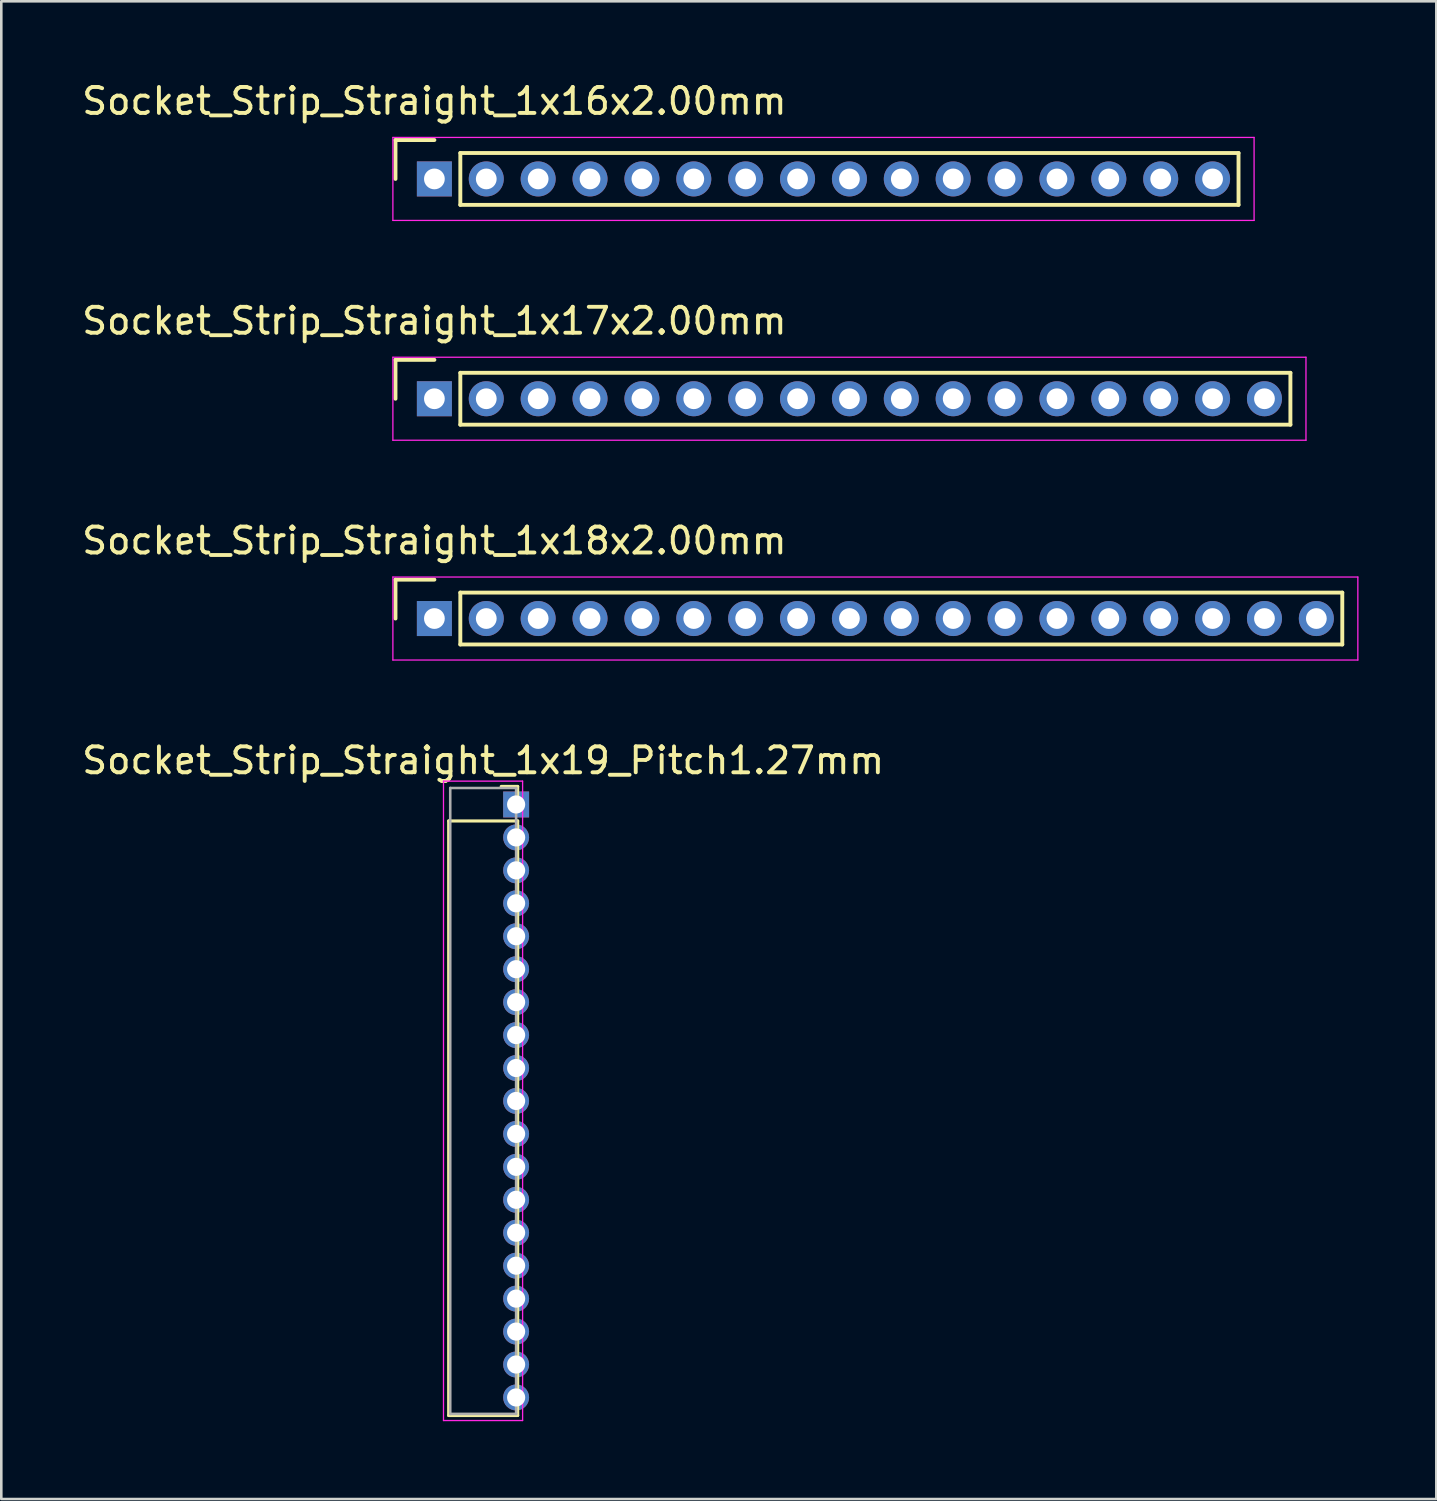
<source format=kicad_pcb>
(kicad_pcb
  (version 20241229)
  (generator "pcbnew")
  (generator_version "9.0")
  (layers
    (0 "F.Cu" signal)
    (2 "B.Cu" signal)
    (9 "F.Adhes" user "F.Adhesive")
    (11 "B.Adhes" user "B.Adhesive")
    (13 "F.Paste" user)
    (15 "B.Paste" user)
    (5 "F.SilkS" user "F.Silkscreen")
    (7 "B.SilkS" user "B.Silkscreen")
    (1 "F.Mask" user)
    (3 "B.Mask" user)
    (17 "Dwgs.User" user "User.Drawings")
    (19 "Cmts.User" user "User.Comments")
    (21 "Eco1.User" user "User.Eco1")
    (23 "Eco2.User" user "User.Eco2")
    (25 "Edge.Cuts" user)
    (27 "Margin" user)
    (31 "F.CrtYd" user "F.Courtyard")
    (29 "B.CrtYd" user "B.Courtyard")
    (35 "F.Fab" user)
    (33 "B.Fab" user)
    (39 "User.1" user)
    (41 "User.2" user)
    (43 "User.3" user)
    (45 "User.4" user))
  (footprint "Socket_Strip_Straight_1x18x2.00mm"
    (layer "F.Cu")
    (at 13.696 20.795)
    (property "Reference" "Socket_Strip_Straight_1x18x2.00mm" (at 0 -3 0) (layer "F.SilkS") (effects (font (size 1 1) (thickness 0.15))))
    (attr through_hole)
    (fp_line (start -1.5 -1.5) (end -1.5 0) (stroke (width 0.15) (type solid)) (layer "F.SilkS"))
    (fp_line (start 0 -1.5) (end -1.5 -1.5) (stroke (width 0.15) (type solid)) (layer "F.SilkS"))
    (fp_line (start 1 -1) (end 1 1) (stroke (width 0.15) (type solid)) (layer "F.SilkS"))
    (fp_line (start 1 1) (end 35 1) (stroke (width 0.15) (type solid)) (layer "F.SilkS"))
    (fp_line (start 35 -1) (end 1 -1) (stroke (width 0.15) (type solid)) (layer "F.SilkS"))
    (fp_line (start 35 1) (end 35 -1) (stroke (width 0.15) (type solid)) (layer "F.SilkS"))
    (fp_line (start -1.6 -1.6) (end -1.6 1.6) (stroke (width 0.05) (type solid)) (layer "F.CrtYd"))
    (fp_line (start -1.6 1.6) (end 35.6 1.6) (stroke (width 0.05) (type solid)) (layer "F.CrtYd"))
    (fp_line (start 35.6 -1.6) (end -1.6 -1.6) (stroke (width 0.05) (type solid)) (layer "F.CrtYd"))
    (fp_line (start 35.6 1.6) (end 35.6 -1.6) (stroke (width 0.05) (type solid)) (layer "F.CrtYd"))
    (pad "1" thru_hole rect (at 0 0) (size 1.35 1.35) (drill 0.8) (layers "*.Cu" "*.Mask"))
    (pad "2" thru_hole circle (at 2 0) (size 1.35 1.35) (drill 0.8) (layers "*.Cu" "*.Mask"))
    (pad "3" thru_hole circle (at 4 0) (size 1.35 1.35) (drill 0.8) (layers "*.Cu" "*.Mask"))
    (pad "4" thru_hole circle (at 6 0) (size 1.35 1.35) (drill 0.8) (layers "*.Cu" "*.Mask"))
    (pad "5" thru_hole circle (at 8 0) (size 1.35 1.35) (drill 0.8) (layers "*.Cu" "*.Mask"))
    (pad "6" thru_hole circle (at 10 0) (size 1.35 1.35) (drill 0.8) (layers "*.Cu" "*.Mask"))
    (pad "7" thru_hole circle (at 12 0) (size 1.35 1.35) (drill 0.8) (layers "*.Cu" "*.Mask"))
    (pad "8" thru_hole circle (at 14 0) (size 1.35 1.35) (drill 0.8) (layers "*.Cu" "*.Mask"))
    (pad "9" thru_hole circle (at 16 0) (size 1.35 1.35) (drill 0.8) (layers "*.Cu" "*.Mask"))
    (pad "10" thru_hole circle (at 18 0) (size 1.35 1.35) (drill 0.8) (layers "*.Cu" "*.Mask"))
    (pad "11" thru_hole circle (at 20 0) (size 1.35 1.35) (drill 0.8) (layers "*.Cu" "*.Mask"))
    (pad "12" thru_hole circle (at 22 0) (size 1.35 1.35) (drill 0.8) (layers "*.Cu" "*.Mask"))
    (pad "13" thru_hole circle (at 24 0) (size 1.35 1.35) (drill 0.8) (layers "*.Cu" "*.Mask"))
    (pad "14" thru_hole circle (at 26 0) (size 1.35 1.35) (drill 0.8) (layers "*.Cu" "*.Mask"))
    (pad "15" thru_hole circle (at 28 0) (size 1.35 1.35) (drill 0.8) (layers "*.Cu" "*.Mask"))
    (pad "16" thru_hole circle (at 30 0) (size 1.35 1.35) (drill 0.8) (layers "*.Cu" "*.Mask"))
    (pad "17" thru_hole circle (at 32 0) (size 1.35 1.35) (drill 0.8) (layers "*.Cu" "*.Mask"))
    (pad "18" thru_hole circle (at 34 0) (size 1.35 1.35) (drill 0.8) (layers "*.Cu" "*.Mask")))
  (footprint "Socket_Strip_Straight_1x19_Pitch1.27mm"
    (layer "F.Cu")
    (at 16.847 27.963)
    (property "Reference" "Socket_Strip_Straight_1x19_Pitch1.27mm" (at -1.27 -1.695 0) (layer "F.SilkS") (effects (font (size 1 1) (thickness 0.15))))
    (attr through_hole)
    (fp_line (start -2.6 0.635) (end -2.6 23.555) (stroke (width 0.12) (type solid)) (layer "F.SilkS"))
    (fp_line (start -2.6 23.555) (end 0.06 23.555) (stroke (width 0.12) (type solid)) (layer "F.SilkS"))
    (fp_line (start 0.06 -0.695) (end -0.575 -0.695) (stroke (width 0.12) (type solid)) (layer "F.SilkS"))
    (fp_line (start 0.06 0) (end 0.06 -0.695) (stroke (width 0.12) (type solid)) (layer "F.SilkS"))
    (fp_line (start 0.06 0.635) (end -2.6 0.635) (stroke (width 0.12) (type solid)) (layer "F.SilkS"))
    (fp_line (start 0.06 23.555) (end 0.06 0.635) (stroke (width 0.12) (type solid)) (layer "F.SilkS"))
    (fp_line (start -2.8 -0.9) (end -2.8 23.75) (stroke (width 0.05) (type solid)) (layer "F.CrtYd"))
    (fp_line (start -2.8 23.75) (end 0.25 23.75) (stroke (width 0.05) (type solid)) (layer "F.CrtYd"))
    (fp_line (start 0.25 -0.9) (end -2.8 -0.9) (stroke (width 0.05) (type solid)) (layer "F.CrtYd"))
    (fp_line (start 0.25 23.75) (end 0.25 -0.9) (stroke (width 0.05) (type solid)) (layer "F.CrtYd"))
    (fp_line (start -2.54 -0.635) (end -2.54 23.495) (stroke (width 0.1) (type solid)) (layer "F.Fab"))
    (fp_line (start -2.54 23.495) (end 0 23.495) (stroke (width 0.1) (type solid)) (layer "F.Fab"))
    (fp_line (start 0 -0.635) (end -2.54 -0.635) (stroke (width 0.1) (type solid)) (layer "F.Fab"))
    (fp_line (start 0 23.495) (end 0 -0.635) (stroke (width 0.1) (type solid)) (layer "F.Fab"))
    (pad "1" thru_hole rect (at 0 0) (size 1 1) (drill 0.7) (layers "*.Cu" "*.Mask"))
    (pad "2" thru_hole oval (at 0 1.27) (size 1 1) (drill 0.7) (layers "*.Cu" "*.Mask"))
    (pad "3" thru_hole oval (at 0 2.54) (size 1 1) (drill 0.7) (layers "*.Cu" "*.Mask"))
    (pad "4" thru_hole oval (at 0 3.81) (size 1 1) (drill 0.7) (layers "*.Cu" "*.Mask"))
    (pad "5" thru_hole oval (at 0 5.08) (size 1 1) (drill 0.7) (layers "*.Cu" "*.Mask"))
    (pad "6" thru_hole oval (at 0 6.35) (size 1 1) (drill 0.7) (layers "*.Cu" "*.Mask"))
    (pad "7" thru_hole oval (at 0 7.62) (size 1 1) (drill 0.7) (layers "*.Cu" "*.Mask"))
    (pad "8" thru_hole oval (at 0 8.89) (size 1 1) (drill 0.7) (layers "*.Cu" "*.Mask"))
    (pad "9" thru_hole oval (at 0 10.16) (size 1 1) (drill 0.7) (layers "*.Cu" "*.Mask"))
    (pad "10" thru_hole oval (at 0 11.43) (size 1 1) (drill 0.7) (layers "*.Cu" "*.Mask"))
    (pad "11" thru_hole oval (at 0 12.7) (size 1 1) (drill 0.7) (layers "*.Cu" "*.Mask"))
    (pad "12" thru_hole oval (at 0 13.97) (size 1 1) (drill 0.7) (layers "*.Cu" "*.Mask"))
    (pad "13" thru_hole oval (at 0 15.24) (size 1 1) (drill 0.7) (layers "*.Cu" "*.Mask"))
    (pad "14" thru_hole oval (at 0 16.51) (size 1 1) (drill 0.7) (layers "*.Cu" "*.Mask"))
    (pad "15" thru_hole oval (at 0 17.78) (size 1 1) (drill 0.7) (layers "*.Cu" "*.Mask"))
    (pad "16" thru_hole oval (at 0 19.05) (size 1 1) (drill 0.7) (layers "*.Cu" "*.Mask"))
    (pad "17" thru_hole oval (at 0 20.32) (size 1 1) (drill 0.7) (layers "*.Cu" "*.Mask"))
    (pad "18" thru_hole oval (at 0 21.59) (size 1 1) (drill 0.7) (layers "*.Cu" "*.Mask"))
    (pad "19" thru_hole oval (at 0 22.86) (size 1 1) (drill 0.7) (layers "*.Cu" "*.Mask")))
  (footprint "Socket_Strip_Straight_1x16x2.00mm"
    (layer "F.Cu")
    (at 13.696 3.848)
    (property "Reference" "Socket_Strip_Straight_1x16x2.00mm" (at 0 -3 0) (layer "F.SilkS") (effects (font (size 1 1) (thickness 0.15))))
    (attr through_hole)
    (fp_line (start -1.5 -1.5) (end -1.5 0) (stroke (width 0.15) (type solid)) (layer "F.SilkS"))
    (fp_line (start 0 -1.5) (end -1.5 -1.5) (stroke (width 0.15) (type solid)) (layer "F.SilkS"))
    (fp_line (start 1 -1) (end 1 1) (stroke (width 0.15) (type solid)) (layer "F.SilkS"))
    (fp_line (start 1 1) (end 31 1) (stroke (width 0.15) (type solid)) (layer "F.SilkS"))
    (fp_line (start 31 -1) (end 1 -1) (stroke (width 0.15) (type solid)) (layer "F.SilkS"))
    (fp_line (start 31 1) (end 31 -1) (stroke (width 0.15) (type solid)) (layer "F.SilkS"))
    (fp_line (start -1.6 -1.6) (end -1.6 1.6) (stroke (width 0.05) (type solid)) (layer "F.CrtYd"))
    (fp_line (start -1.6 1.6) (end 31.6 1.6) (stroke (width 0.05) (type solid)) (layer "F.CrtYd"))
    (fp_line (start 31.6 -1.6) (end -1.6 -1.6) (stroke (width 0.05) (type solid)) (layer "F.CrtYd"))
    (fp_line (start 31.6 1.6) (end 31.6 -1.6) (stroke (width 0.05) (type solid)) (layer "F.CrtYd"))
    (pad "1" thru_hole rect (at 0 0) (size 1.35 1.35) (drill 0.8) (layers "*.Cu" "*.Mask"))
    (pad "2" thru_hole circle (at 2 0) (size 1.35 1.35) (drill 0.8) (layers "*.Cu" "*.Mask"))
    (pad "3" thru_hole circle (at 4 0) (size 1.35 1.35) (drill 0.8) (layers "*.Cu" "*.Mask"))
    (pad "4" thru_hole circle (at 6 0) (size 1.35 1.35) (drill 0.8) (layers "*.Cu" "*.Mask"))
    (pad "5" thru_hole circle (at 8 0) (size 1.35 1.35) (drill 0.8) (layers "*.Cu" "*.Mask"))
    (pad "6" thru_hole circle (at 10 0) (size 1.35 1.35) (drill 0.8) (layers "*.Cu" "*.Mask"))
    (pad "7" thru_hole circle (at 12 0) (size 1.35 1.35) (drill 0.8) (layers "*.Cu" "*.Mask"))
    (pad "8" thru_hole circle (at 14 0) (size 1.35 1.35) (drill 0.8) (layers "*.Cu" "*.Mask"))
    (pad "9" thru_hole circle (at 16 0) (size 1.35 1.35) (drill 0.8) (layers "*.Cu" "*.Mask"))
    (pad "10" thru_hole circle (at 18 0) (size 1.35 1.35) (drill 0.8) (layers "*.Cu" "*.Mask"))
    (pad "11" thru_hole circle (at 20 0) (size 1.35 1.35) (drill 0.8) (layers "*.Cu" "*.Mask"))
    (pad "12" thru_hole circle (at 22 0) (size 1.35 1.35) (drill 0.8) (layers "*.Cu" "*.Mask"))
    (pad "13" thru_hole circle (at 24 0) (size 1.35 1.35) (drill 0.8) (layers "*.Cu" "*.Mask"))
    (pad "14" thru_hole circle (at 26 0) (size 1.35 1.35) (drill 0.8) (layers "*.Cu" "*.Mask"))
    (pad "15" thru_hole circle (at 28 0) (size 1.35 1.35) (drill 0.8) (layers "*.Cu" "*.Mask"))
    (pad "16" thru_hole circle (at 30 0) (size 1.35 1.35) (drill 0.8) (layers "*.Cu" "*.Mask")))
  (footprint "Socket_Strip_Straight_1x17x2.00mm"
    (layer "F.Cu")
    (at 13.696 12.322)
    (property "Reference" "Socket_Strip_Straight_1x17x2.00mm" (at 0 -3 0) (layer "F.SilkS") (effects (font (size 1 1) (thickness 0.15))))
    (attr through_hole)
    (fp_line (start -1.5 -1.5) (end -1.5 0) (stroke (width 0.15) (type solid)) (layer "F.SilkS"))
    (fp_line (start 0 -1.5) (end -1.5 -1.5) (stroke (width 0.15) (type solid)) (layer "F.SilkS"))
    (fp_line (start 1 -1) (end 1 1) (stroke (width 0.15) (type solid)) (layer "F.SilkS"))
    (fp_line (start 1 1) (end 33 1) (stroke (width 0.15) (type solid)) (layer "F.SilkS"))
    (fp_line (start 33 -1) (end 1 -1) (stroke (width 0.15) (type solid)) (layer "F.SilkS"))
    (fp_line (start 33 1) (end 33 -1) (stroke (width 0.15) (type solid)) (layer "F.SilkS"))
    (fp_line (start -1.6 -1.6) (end -1.6 1.6) (stroke (width 0.05) (type solid)) (layer "F.CrtYd"))
    (fp_line (start -1.6 1.6) (end 33.6 1.6) (stroke (width 0.05) (type solid)) (layer "F.CrtYd"))
    (fp_line (start 33.6 -1.6) (end -1.6 -1.6) (stroke (width 0.05) (type solid)) (layer "F.CrtYd"))
    (fp_line (start 33.6 1.6) (end 33.6 -1.6) (stroke (width 0.05) (type solid)) (layer "F.CrtYd"))
    (pad "1" thru_hole rect (at 0 0) (size 1.35 1.35) (drill 0.8) (layers "*.Cu" "*.Mask"))
    (pad "2" thru_hole circle (at 2 0) (size 1.35 1.35) (drill 0.8) (layers "*.Cu" "*.Mask"))
    (pad "3" thru_hole circle (at 4 0) (size 1.35 1.35) (drill 0.8) (layers "*.Cu" "*.Mask"))
    (pad "4" thru_hole circle (at 6 0) (size 1.35 1.35) (drill 0.8) (layers "*.Cu" "*.Mask"))
    (pad "5" thru_hole circle (at 8 0) (size 1.35 1.35) (drill 0.8) (layers "*.Cu" "*.Mask"))
    (pad "6" thru_hole circle (at 10 0) (size 1.35 1.35) (drill 0.8) (layers "*.Cu" "*.Mask"))
    (pad "7" thru_hole circle (at 12 0) (size 1.35 1.35) (drill 0.8) (layers "*.Cu" "*.Mask"))
    (pad "8" thru_hole circle (at 14 0) (size 1.35 1.35) (drill 0.8) (layers "*.Cu" "*.Mask"))
    (pad "9" thru_hole circle (at 16 0) (size 1.35 1.35) (drill 0.8) (layers "*.Cu" "*.Mask"))
    (pad "10" thru_hole circle (at 18 0) (size 1.35 1.35) (drill 0.8) (layers "*.Cu" "*.Mask"))
    (pad "11" thru_hole circle (at 20 0) (size 1.35 1.35) (drill 0.8) (layers "*.Cu" "*.Mask"))
    (pad "12" thru_hole circle (at 22 0) (size 1.35 1.35) (drill 0.8) (layers "*.Cu" "*.Mask"))
    (pad "13" thru_hole circle (at 24 0) (size 1.35 1.35) (drill 0.8) (layers "*.Cu" "*.Mask"))
    (pad "14" thru_hole circle (at 26 0) (size 1.35 1.35) (drill 0.8) (layers "*.Cu" "*.Mask"))
    (pad "15" thru_hole circle (at 28 0) (size 1.35 1.35) (drill 0.8) (layers "*.Cu" "*.Mask"))
    (pad "16" thru_hole circle (at 30 0) (size 1.35 1.35) (drill 0.8) (layers "*.Cu" "*.Mask"))
    (pad "17" thru_hole circle (at 32 0) (size 1.35 1.35) (drill 0.8) (layers "*.Cu" "*.Mask")))
  (gr_rect
    (start -3 -3)
    (end 52.321 54.738)
    (stroke (width 0.1) (type default))
    (fill no)
    (layer "Edge.Cuts")))
</source>
